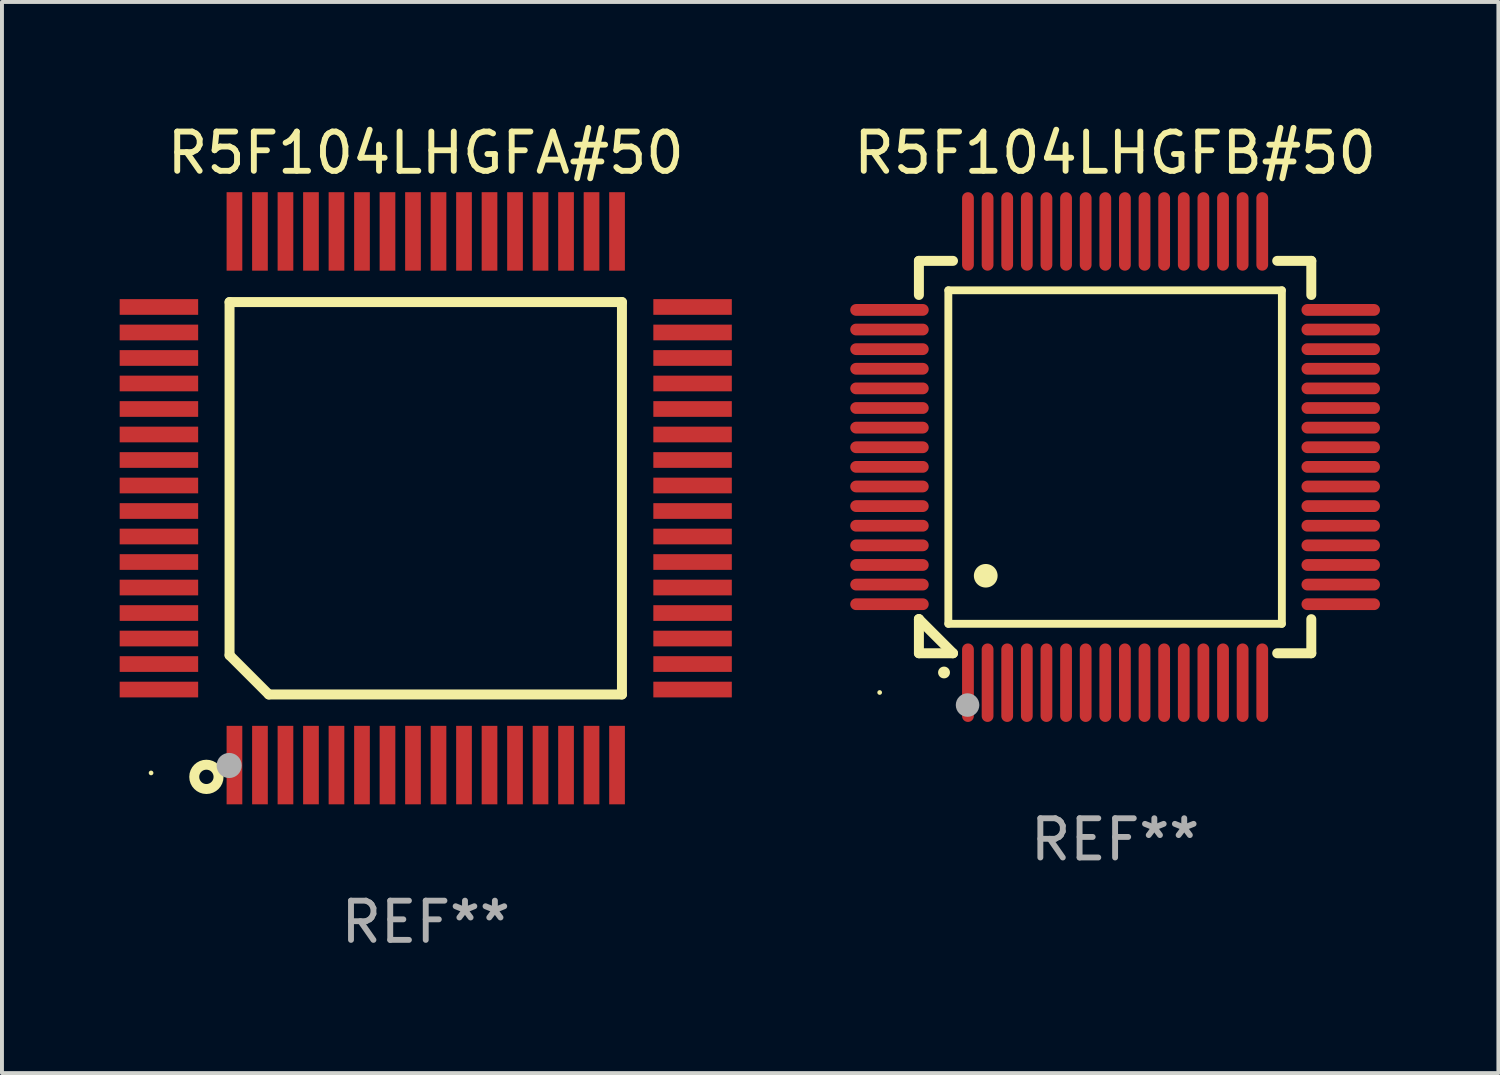
<source format=kicad_pcb>
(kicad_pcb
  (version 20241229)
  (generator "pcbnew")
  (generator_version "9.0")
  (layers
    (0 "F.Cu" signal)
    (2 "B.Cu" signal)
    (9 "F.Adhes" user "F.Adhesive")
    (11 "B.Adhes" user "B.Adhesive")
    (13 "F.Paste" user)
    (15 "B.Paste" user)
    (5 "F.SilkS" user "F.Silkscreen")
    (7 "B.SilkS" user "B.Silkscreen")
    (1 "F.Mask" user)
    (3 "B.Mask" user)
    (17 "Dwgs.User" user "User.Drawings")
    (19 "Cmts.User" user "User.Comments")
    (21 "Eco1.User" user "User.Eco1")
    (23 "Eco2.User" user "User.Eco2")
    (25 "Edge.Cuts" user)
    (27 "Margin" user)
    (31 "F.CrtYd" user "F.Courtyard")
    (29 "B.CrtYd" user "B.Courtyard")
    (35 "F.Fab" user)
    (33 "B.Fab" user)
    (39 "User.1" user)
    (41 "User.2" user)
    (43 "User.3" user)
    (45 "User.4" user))
  (footprint "R5F104LHGFB#50"
    (layer "F.Cu")
    (at 25.368 8.598)
    (property "Reference" "R5F104LHGFB#50" (at 0 -7.75 0) (layer "F.SilkS") (effects (font (size 1 1) (thickness 0.15))))
    (attr through_hole)
    (fp_line (start -5 -5) (end -4.131 -5) (stroke (width 0.254) (type solid)) (layer "F.SilkS"))
    (fp_line (start -5 -4.131) (end -5 -5) (stroke (width 0.254) (type solid)) (layer "F.SilkS"))
    (fp_line (start -5 4.131) (end -5 4.131) (stroke (width 0.254) (type solid)) (layer "F.SilkS"))
    (fp_line (start -5 5) (end -5 4.131) (stroke (width 0.254) (type solid)) (layer "F.SilkS"))
    (fp_line (start -5 4.131) (end -4.131 5) (stroke (width 0.254) (type solid)) (layer "F.SilkS"))
    (fp_line (start -4.25 -4.25) (end -4.25 4.25) (stroke (width 0.2) (type solid)) (layer "F.SilkS"))
    (fp_line (start -4.25 4.25) (end 4.25 4.25) (stroke (width 0.2) (type solid)) (layer "F.SilkS"))
    (fp_line (start -4.131 5) (end -5 5) (stroke (width 0.254) (type solid)) (layer "F.SilkS"))
    (fp_line (start 4.25 -4.25) (end -4.25 -4.25) (stroke (width 0.2) (type solid)) (layer "F.SilkS"))
    (fp_line (start 4.25 4.25) (end 4.25 -4.25) (stroke (width 0.2) (type solid)) (layer "F.SilkS"))
    (fp_line (start 5 -5) (end 4.131 -5) (stroke (width 0.254) (type solid)) (layer "F.SilkS"))
    (fp_line (start 5 -5) (end 5 -4.131) (stroke (width 0.254) (type solid)) (layer "F.SilkS"))
    (fp_line (start 5 4.131) (end 5 5) (stroke (width 0.254) (type solid)) (layer "F.SilkS"))
    (fp_line (start 5 5) (end 4.131 5) (stroke (width 0.254) (type solid)) (layer "F.SilkS"))
    (fp_arc (start -4.361265 5.489992) (mid -4.359995 5.489987) (end -4.358725 5.489992) (stroke (width 0.3) (type solid)) (layer "F.SilkS"))
    (fp_arc (start -3.299467 3.025146) (mid -3.296927 3.025135) (end -3.294387 3.025146) (stroke (width 0.6) (type solid)) (layer "F.SilkS"))
    (fp_circle (center -6 6) (end -5.97 6) (stroke (width 0.06) (type solid)) (fill no) (layer "F.SilkS"))
    (fp_circle (center -3.76 6.32) (end -3.61 6.32) (stroke (width 0.3) (type solid)) (fill no) (layer "F.Fab"))
    (fp_text user "REF**" (at 0 9.75 0) (layer "F.Fab") (effects (font (size 1 1) (thickness 0.15))))
    (pad "1" smd oval (at -3.75 5.75) (size 0.3 2) (layers "F.Cu" "F.Mask" "F.Paste"))
    (pad "2" smd oval (at -3.25 5.75) (size 0.3 2) (layers "F.Cu" "F.Mask" "F.Paste"))
    (pad "3" smd oval (at -2.75 5.75) (size 0.3 2) (layers "F.Cu" "F.Mask" "F.Paste"))
    (pad "4" smd oval (at -2.25 5.75) (size 0.3 2) (layers "F.Cu" "F.Mask" "F.Paste"))
    (pad "5" smd oval (at -1.75 5.75) (size 0.3 2) (layers "F.Cu" "F.Mask" "F.Paste"))
    (pad "6" smd oval (at -1.25 5.75) (size 0.3 2) (layers "F.Cu" "F.Mask" "F.Paste"))
    (pad "7" smd oval (at -0.75 5.75) (size 0.3 2) (layers "F.Cu" "F.Mask" "F.Paste"))
    (pad "8" smd oval (at -0.25 5.75) (size 0.3 2) (layers "F.Cu" "F.Mask" "F.Paste"))
    (pad "9" smd oval (at 0.25 5.75) (size 0.3 2) (layers "F.Cu" "F.Mask" "F.Paste"))
    (pad "10" smd oval (at 0.75 5.75) (size 0.3 2) (layers "F.Cu" "F.Mask" "F.Paste"))
    (pad "11" smd oval (at 1.25 5.75) (size 0.3 2) (layers "F.Cu" "F.Mask" "F.Paste"))
    (pad "12" smd oval (at 1.75 5.75) (size 0.3 2) (layers "F.Cu" "F.Mask" "F.Paste"))
    (pad "13" smd oval (at 2.25 5.75) (size 0.3 2) (layers "F.Cu" "F.Mask" "F.Paste"))
    (pad "14" smd oval (at 2.75 5.75) (size 0.3 2) (layers "F.Cu" "F.Mask" "F.Paste"))
    (pad "15" smd oval (at 3.25 5.75) (size 0.3 2) (layers "F.Cu" "F.Mask" "F.Paste"))
    (pad "16" smd oval (at 3.75 5.75) (size 0.3 2) (layers "F.Cu" "F.Mask" "F.Paste"))
    (pad "17" smd oval (at 5.75 3.75) (size 2 0.3) (layers "F.Cu" "F.Mask" "F.Paste"))
    (pad "18" smd oval (at 5.75 3.25) (size 2 0.3) (layers "F.Cu" "F.Mask" "F.Paste"))
    (pad "19" smd oval (at 5.75 2.75) (size 2 0.3) (layers "F.Cu" "F.Mask" "F.Paste"))
    (pad "20" smd oval (at 5.75 2.25) (size 2 0.3) (layers "F.Cu" "F.Mask" "F.Paste"))
    (pad "21" smd oval (at 5.75 1.75) (size 2 0.3) (layers "F.Cu" "F.Mask" "F.Paste"))
    (pad "22" smd oval (at 5.75 1.25) (size 2 0.3) (layers "F.Cu" "F.Mask" "F.Paste"))
    (pad "23" smd oval (at 5.75 0.75) (size 2 0.3) (layers "F.Cu" "F.Mask" "F.Paste"))
    (pad "24" smd oval (at 5.75 0.25) (size 2 0.3) (layers "F.Cu" "F.Mask" "F.Paste"))
    (pad "25" smd oval (at 5.75 -0.25) (size 2 0.3) (layers "F.Cu" "F.Mask" "F.Paste"))
    (pad "26" smd oval (at 5.75 -0.75) (size 2 0.3) (layers "F.Cu" "F.Mask" "F.Paste"))
    (pad "27" smd oval (at 5.75 -1.25) (size 2 0.3) (layers "F.Cu" "F.Mask" "F.Paste"))
    (pad "28" smd oval (at 5.75 -1.75) (size 2 0.3) (layers "F.Cu" "F.Mask" "F.Paste"))
    (pad "29" smd oval (at 5.75 -2.25) (size 2 0.3) (layers "F.Cu" "F.Mask" "F.Paste"))
    (pad "30" smd oval (at 5.75 -2.75) (size 2 0.3) (layers "F.Cu" "F.Mask" "F.Paste"))
    (pad "31" smd oval (at 5.75 -3.25) (size 2 0.3) (layers "F.Cu" "F.Mask" "F.Paste"))
    (pad "32" smd oval (at 5.75 -3.75) (size 2 0.3) (layers "F.Cu" "F.Mask" "F.Paste"))
    (pad "33" smd oval (at 3.75 -5.75) (size 0.3 2) (layers "F.Cu" "F.Mask" "F.Paste"))
    (pad "34" smd oval (at 3.25 -5.75) (size 0.3 2) (layers "F.Cu" "F.Mask" "F.Paste"))
    (pad "35" smd oval (at 2.75 -5.75) (size 0.3 2) (layers "F.Cu" "F.Mask" "F.Paste"))
    (pad "36" smd oval (at 2.25 -5.75) (size 0.3 2) (layers "F.Cu" "F.Mask" "F.Paste"))
    (pad "37" smd oval (at 1.75 -5.75) (size 0.3 2) (layers "F.Cu" "F.Mask" "F.Paste"))
    (pad "38" smd oval (at 1.25 -5.75) (size 0.3 2) (layers "F.Cu" "F.Mask" "F.Paste"))
    (pad "39" smd oval (at 0.75 -5.75) (size 0.3 2) (layers "F.Cu" "F.Mask" "F.Paste"))
    (pad "40" smd oval (at 0.25 -5.75) (size 0.3 2) (layers "F.Cu" "F.Mask" "F.Paste"))
    (pad "41" smd oval (at -0.25 -5.75) (size 0.3 2) (layers "F.Cu" "F.Mask" "F.Paste"))
    (pad "42" smd oval (at -0.75 -5.75) (size 0.3 2) (layers "F.Cu" "F.Mask" "F.Paste"))
    (pad "43" smd oval (at -1.25 -5.75) (size 0.3 2) (layers "F.Cu" "F.Mask" "F.Paste"))
    (pad "44" smd oval (at -1.75 -5.75) (size 0.3 2) (layers "F.Cu" "F.Mask" "F.Paste"))
    (pad "45" smd oval (at -2.25 -5.75) (size 0.3 2) (layers "F.Cu" "F.Mask" "F.Paste"))
    (pad "46" smd oval (at -2.75 -5.75) (size 0.3 2) (layers "F.Cu" "F.Mask" "F.Paste"))
    (pad "47" smd oval (at -3.25 -5.75) (size 0.3 2) (layers "F.Cu" "F.Mask" "F.Paste"))
    (pad "48" smd oval (at -3.75 -5.75) (size 0.3 2) (layers "F.Cu" "F.Mask" "F.Paste"))
    (pad "49" smd oval (at -5.75 -3.75) (size 2 0.3) (layers "F.Cu" "F.Mask" "F.Paste"))
    (pad "50" smd oval (at -5.75 -3.25) (size 2 0.3) (layers "F.Cu" "F.Mask" "F.Paste"))
    (pad "51" smd oval (at -5.75 -2.75) (size 2 0.3) (layers "F.Cu" "F.Mask" "F.Paste"))
    (pad "52" smd oval (at -5.75 -2.25) (size 2 0.3) (layers "F.Cu" "F.Mask" "F.Paste"))
    (pad "53" smd oval (at -5.75 -1.75) (size 2 0.3) (layers "F.Cu" "F.Mask" "F.Paste"))
    (pad "54" smd oval (at -5.75 -1.25) (size 2 0.3) (layers "F.Cu" "F.Mask" "F.Paste"))
    (pad "55" smd oval (at -5.75 -0.75) (size 2 0.3) (layers "F.Cu" "F.Mask" "F.Paste"))
    (pad "56" smd oval (at -5.75 -0.25) (size 2 0.3) (layers "F.Cu" "F.Mask" "F.Paste"))
    (pad "57" smd oval (at -5.75 0.25) (size 2 0.3) (layers "F.Cu" "F.Mask" "F.Paste"))
    (pad "58" smd oval (at -5.75 0.75) (size 2 0.3) (layers "F.Cu" "F.Mask" "F.Paste"))
    (pad "59" smd oval (at -5.75 1.25) (size 2 0.3) (layers "F.Cu" "F.Mask" "F.Paste"))
    (pad "60" smd oval (at -5.75 1.75) (size 2 0.3) (layers "F.Cu" "F.Mask" "F.Paste"))
    (pad "61" smd oval (at -5.75 2.25) (size 2 0.3) (layers "F.Cu" "F.Mask" "F.Paste"))
    (pad "62" smd oval (at -5.75 2.75) (size 2 0.3) (layers "F.Cu" "F.Mask" "F.Paste"))
    (pad "63" smd oval (at -5.75 3.25) (size 2 0.3) (layers "F.Cu" "F.Mask" "F.Paste"))
    (pad "64" smd oval (at -5.75 3.75) (size 2 0.3) (layers "F.Cu" "F.Mask" "F.Paste")))
  (footprint "R5F104LHGFA#50"
    (layer "F.Cu")
    (at 7.8 9.648)
    (property "Reference" "R5F104LHGFA#50" (at 0 -8.8 0) (layer "F.SilkS") (effects (font (size 1 1) (thickness 0.15))))
    (attr through_hole)
    (fp_line (start -5 -5) (end 5 -5) (stroke (width 0.254) (type solid)) (layer "F.SilkS"))
    (fp_line (start -5 4) (end -5 -5) (stroke (width 0.254) (type solid)) (layer "F.SilkS"))
    (fp_line (start -4 5) (end -5 4) (stroke (width 0.254) (type solid)) (layer "F.SilkS"))
    (fp_line (start 5 -5) (end 5 5) (stroke (width 0.254) (type solid)) (layer "F.SilkS"))
    (fp_line (start 5 5) (end -4 5) (stroke (width 0.254) (type solid)) (layer "F.SilkS"))
    (fp_circle (center -7 7) (end -6.97 7) (stroke (width 0.06) (type solid)) (fill no) (layer "F.SilkS"))
    (fp_circle (center -5.59 7.1) (end -5.28 7.1) (stroke (width 0.254) (type solid)) (fill no) (layer "F.SilkS"))
    (fp_circle (center -5.01 6.81) (end -4.85 6.81) (stroke (width 0.32) (type solid)) (fill no) (layer "F.Fab"))
    (fp_text user "REF**" (at 0 10.8 0) (layer "F.Fab") (effects (font (size 1 1) (thickness 0.15))))
    (pad "1" smd rect (at -4.875 6.8) (size 0.4 2) (layers "F.Cu" "F.Mask" "F.Paste"))
    (pad "2" smd rect (at -4.225 6.8) (size 0.4 2) (layers "F.Cu" "F.Mask" "F.Paste"))
    (pad "3" smd rect (at -3.575 6.8) (size 0.4 2) (layers "F.Cu" "F.Mask" "F.Paste"))
    (pad "4" smd rect (at -2.925 6.8) (size 0.4 2) (layers "F.Cu" "F.Mask" "F.Paste"))
    (pad "5" smd rect (at -2.275 6.8) (size 0.4 2) (layers "F.Cu" "F.Mask" "F.Paste"))
    (pad "6" smd rect (at -1.625 6.8) (size 0.4 2) (layers "F.Cu" "F.Mask" "F.Paste"))
    (pad "7" smd rect (at -0.975 6.8) (size 0.4 2) (layers "F.Cu" "F.Mask" "F.Paste"))
    (pad "8" smd rect (at -0.325 6.8) (size 0.4 2) (layers "F.Cu" "F.Mask" "F.Paste"))
    (pad "9" smd rect (at 0.325 6.8) (size 0.4 2) (layers "F.Cu" "F.Mask" "F.Paste"))
    (pad "10" smd rect (at 0.975 6.8) (size 0.4 2) (layers "F.Cu" "F.Mask" "F.Paste"))
    (pad "11" smd rect (at 1.625 6.8) (size 0.4 2) (layers "F.Cu" "F.Mask" "F.Paste"))
    (pad "12" smd rect (at 2.275 6.8) (size 0.4 2) (layers "F.Cu" "F.Mask" "F.Paste"))
    (pad "13" smd rect (at 2.925 6.8) (size 0.4 2) (layers "F.Cu" "F.Mask" "F.Paste"))
    (pad "14" smd rect (at 3.575 6.8) (size 0.4 2) (layers "F.Cu" "F.Mask" "F.Paste"))
    (pad "15" smd rect (at 4.225 6.8) (size 0.4 2) (layers "F.Cu" "F.Mask" "F.Paste"))
    (pad "16" smd rect (at 4.875 6.8) (size 0.4 2) (layers "F.Cu" "F.Mask" "F.Paste"))
    (pad "17" smd rect (at 6.8 4.875) (size 2 0.4) (layers "F.Cu" "F.Mask" "F.Paste"))
    (pad "18" smd rect (at 6.8 4.225) (size 2 0.4) (layers "F.Cu" "F.Mask" "F.Paste"))
    (pad "19" smd rect (at 6.8 3.575) (size 2 0.4) (layers "F.Cu" "F.Mask" "F.Paste"))
    (pad "20" smd rect (at 6.8 2.925) (size 2 0.4) (layers "F.Cu" "F.Mask" "F.Paste"))
    (pad "21" smd rect (at 6.8 2.275) (size 2 0.4) (layers "F.Cu" "F.Mask" "F.Paste"))
    (pad "22" smd rect (at 6.8 1.625) (size 2 0.4) (layers "F.Cu" "F.Mask" "F.Paste"))
    (pad "23" smd rect (at 6.8 0.975) (size 2 0.4) (layers "F.Cu" "F.Mask" "F.Paste"))
    (pad "24" smd rect (at 6.8 0.325) (size 2 0.4) (layers "F.Cu" "F.Mask" "F.Paste"))
    (pad "25" smd rect (at 6.8 -0.325) (size 2 0.4) (layers "F.Cu" "F.Mask" "F.Paste"))
    (pad "26" smd rect (at 6.8 -0.975) (size 2 0.4) (layers "F.Cu" "F.Mask" "F.Paste"))
    (pad "27" smd rect (at 6.8 -1.625) (size 2 0.4) (layers "F.Cu" "F.Mask" "F.Paste"))
    (pad "28" smd rect (at 6.8 -2.275) (size 2 0.4) (layers "F.Cu" "F.Mask" "F.Paste"))
    (pad "29" smd rect (at 6.8 -2.925) (size 2 0.4) (layers "F.Cu" "F.Mask" "F.Paste"))
    (pad "30" smd rect (at 6.8 -3.575) (size 2 0.4) (layers "F.Cu" "F.Mask" "F.Paste"))
    (pad "31" smd rect (at 6.8 -4.225) (size 2 0.4) (layers "F.Cu" "F.Mask" "F.Paste"))
    (pad "32" smd rect (at 6.8 -4.875) (size 2 0.4) (layers "F.Cu" "F.Mask" "F.Paste"))
    (pad "33" smd rect (at 4.875 -6.8) (size 0.4 2) (layers "F.Cu" "F.Mask" "F.Paste"))
    (pad "34" smd rect (at 4.225 -6.8) (size 0.4 2) (layers "F.Cu" "F.Mask" "F.Paste"))
    (pad "35" smd rect (at 3.575 -6.8) (size 0.4 2) (layers "F.Cu" "F.Mask" "F.Paste"))
    (pad "36" smd rect (at 2.925 -6.8) (size 0.4 2) (layers "F.Cu" "F.Mask" "F.Paste"))
    (pad "37" smd rect (at 2.275 -6.8) (size 0.4 2) (layers "F.Cu" "F.Mask" "F.Paste"))
    (pad "38" smd rect (at 1.625 -6.8) (size 0.4 2) (layers "F.Cu" "F.Mask" "F.Paste"))
    (pad "39" smd rect (at 0.975 -6.8) (size 0.4 2) (layers "F.Cu" "F.Mask" "F.Paste"))
    (pad "40" smd rect (at 0.325 -6.8) (size 0.4 2) (layers "F.Cu" "F.Mask" "F.Paste"))
    (pad "41" smd rect (at -0.325 -6.8) (size 0.4 2) (layers "F.Cu" "F.Mask" "F.Paste"))
    (pad "42" smd rect (at -0.975 -6.8) (size 0.4 2) (layers "F.Cu" "F.Mask" "F.Paste"))
    (pad "43" smd rect (at -1.625 -6.8) (size 0.4 2) (layers "F.Cu" "F.Mask" "F.Paste"))
    (pad "44" smd rect (at -2.275 -6.8) (size 0.4 2) (layers "F.Cu" "F.Mask" "F.Paste"))
    (pad "45" smd rect (at -2.925 -6.8) (size 0.4 2) (layers "F.Cu" "F.Mask" "F.Paste"))
    (pad "46" smd rect (at -3.575 -6.8) (size 0.4 2) (layers "F.Cu" "F.Mask" "F.Paste"))
    (pad "47" smd rect (at -4.225 -6.8) (size 0.4 2) (layers "F.Cu" "F.Mask" "F.Paste"))
    (pad "48" smd rect (at -4.875 -6.8) (size 0.4 2) (layers "F.Cu" "F.Mask" "F.Paste"))
    (pad "49" smd rect (at -6.8 -4.875) (size 2 0.4) (layers "F.Cu" "F.Mask" "F.Paste"))
    (pad "50" smd rect (at -6.8 -4.225) (size 2 0.4) (layers "F.Cu" "F.Mask" "F.Paste"))
    (pad "51" smd rect (at -6.8 -3.575) (size 2 0.4) (layers "F.Cu" "F.Mask" "F.Paste"))
    (pad "52" smd rect (at -6.8 -2.925) (size 2 0.4) (layers "F.Cu" "F.Mask" "F.Paste"))
    (pad "53" smd rect (at -6.8 -2.275) (size 2 0.4) (layers "F.Cu" "F.Mask" "F.Paste"))
    (pad "54" smd rect (at -6.8 -1.625) (size 2 0.4) (layers "F.Cu" "F.Mask" "F.Paste"))
    (pad "55" smd rect (at -6.8 -0.975) (size 2 0.4) (layers "F.Cu" "F.Mask" "F.Paste"))
    (pad "56" smd rect (at -6.8 -0.325) (size 2 0.4) (layers "F.Cu" "F.Mask" "F.Paste"))
    (pad "57" smd rect (at -6.8 0.325) (size 2 0.4) (layers "F.Cu" "F.Mask" "F.Paste"))
    (pad "58" smd rect (at -6.8 0.975) (size 2 0.4) (layers "F.Cu" "F.Mask" "F.Paste"))
    (pad "59" smd rect (at -6.8 1.625) (size 2 0.4) (layers "F.Cu" "F.Mask" "F.Paste"))
    (pad "60" smd rect (at -6.8 2.275) (size 2 0.4) (layers "F.Cu" "F.Mask" "F.Paste"))
    (pad "61" smd rect (at -6.8 2.925) (size 2 0.4) (layers "F.Cu" "F.Mask" "F.Paste"))
    (pad "62" smd rect (at -6.8 3.575) (size 2 0.4) (layers "F.Cu" "F.Mask" "F.Paste"))
    (pad "63" smd rect (at -6.8 4.225) (size 2 0.4) (layers "F.Cu" "F.Mask" "F.Paste"))
    (pad "64" smd rect (at -6.8 4.875) (size 2 0.4) (layers "F.Cu" "F.Mask" "F.Paste")))
  (gr_rect
    (start -3 -3)
    (end 35.136 24.297)
    (stroke (width 0.1) (type default))
    (fill no)
    (layer "Edge.Cuts")))
</source>
